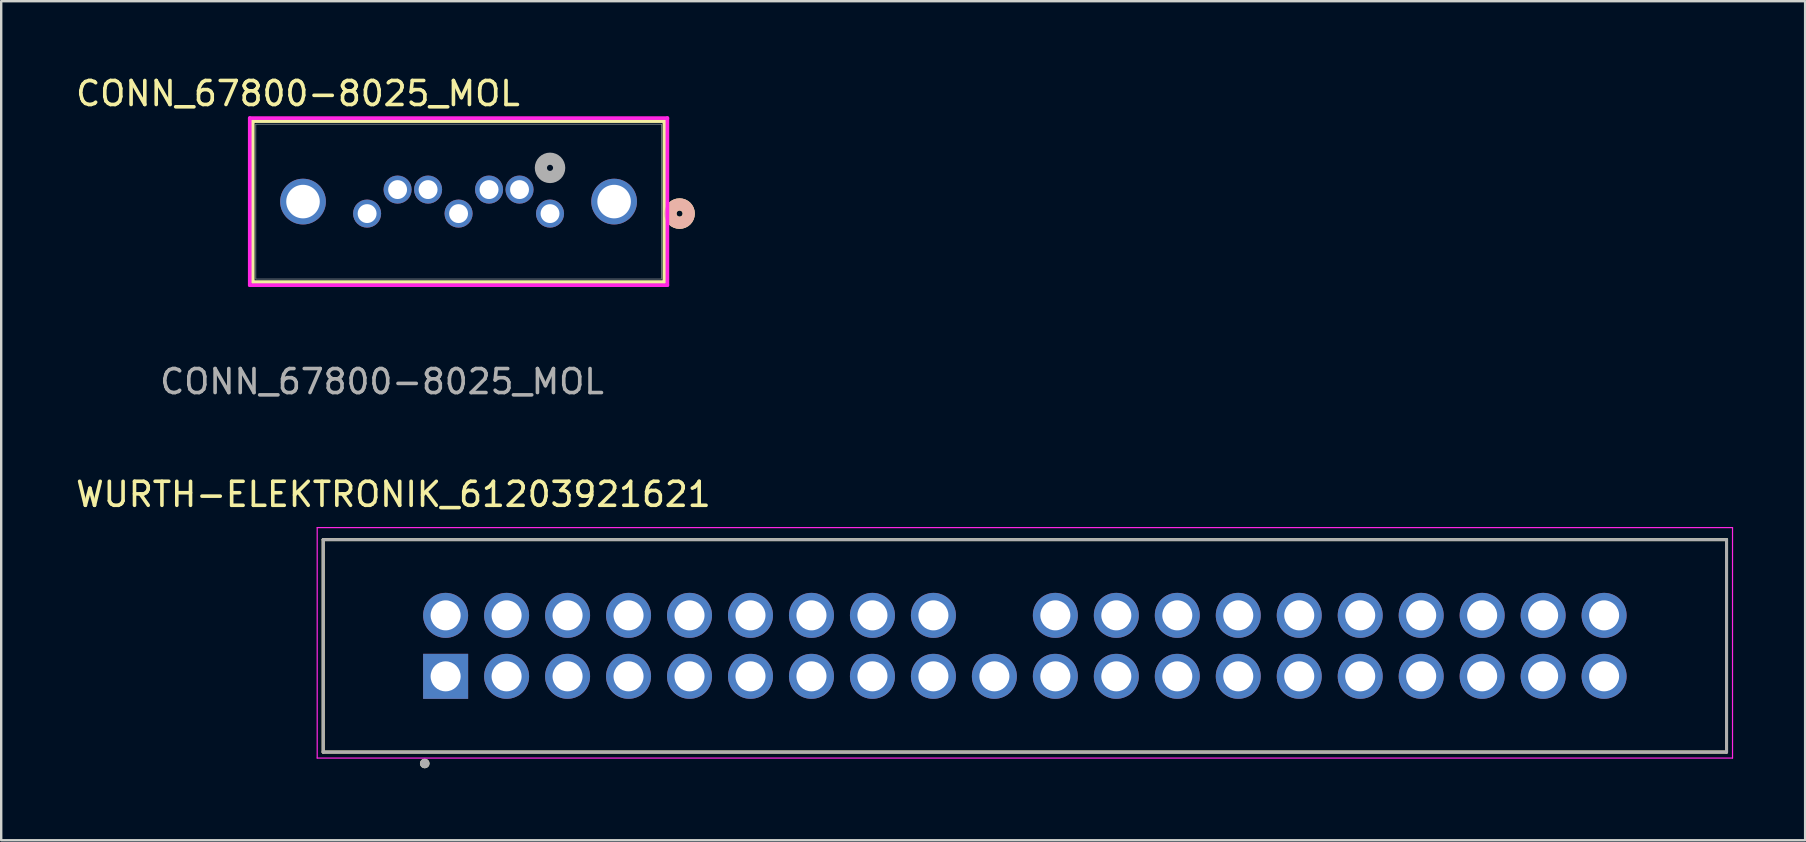
<source format=kicad_pcb>
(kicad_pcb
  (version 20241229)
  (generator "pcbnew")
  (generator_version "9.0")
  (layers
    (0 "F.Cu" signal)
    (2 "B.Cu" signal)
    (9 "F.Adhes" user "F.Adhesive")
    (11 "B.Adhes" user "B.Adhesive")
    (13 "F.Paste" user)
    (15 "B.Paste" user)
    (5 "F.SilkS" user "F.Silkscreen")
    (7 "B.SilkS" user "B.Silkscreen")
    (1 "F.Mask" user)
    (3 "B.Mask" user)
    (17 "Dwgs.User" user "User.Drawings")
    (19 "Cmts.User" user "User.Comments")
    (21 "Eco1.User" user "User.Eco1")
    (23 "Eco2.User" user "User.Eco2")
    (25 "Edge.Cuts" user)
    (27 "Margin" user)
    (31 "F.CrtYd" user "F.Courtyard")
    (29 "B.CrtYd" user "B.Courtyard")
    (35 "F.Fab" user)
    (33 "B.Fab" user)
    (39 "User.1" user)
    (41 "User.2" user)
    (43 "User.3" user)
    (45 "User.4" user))
  (footprint "WURTH-ELEKTRONIK_61203921621"
    (layer "F.Cu")
    (at 39.644 23.855)
    (property "Reference" "WURTH-ELEKTRONIK_61203921621" (at -26.305 -6.31 0) (layer "F.SilkS") (effects (font (size 1 1) (thickness 0.15))))
    (attr through_hole)
    (fp_line (start -29.23 -4.425) (end 29.23 -4.425) (stroke (width 0.127) (type solid)) (layer "F.SilkS"))
    (fp_line (start -29.23 4.425) (end -29.23 -4.425) (stroke (width 0.127) (type solid)) (layer "F.SilkS"))
    (fp_line (start 29.23 -4.425) (end 29.23 4.425) (stroke (width 0.127) (type solid)) (layer "F.SilkS"))
    (fp_line (start 29.23 4.425) (end -29.23 4.425) (stroke (width 0.127) (type solid)) (layer "F.SilkS"))
    (fp_circle (center -25 4.9) (end -24.9 4.9) (stroke (width 0.2) (type solid)) (fill no) (layer "F.SilkS"))
    (fp_line (start -29.48 -4.925) (end -29.48 4.675) (stroke (width 0.05) (type solid)) (layer "F.CrtYd"))
    (fp_line (start -29.48 4.675) (end 29.48 4.675) (stroke (width 0.05) (type solid)) (layer "F.CrtYd"))
    (fp_line (start 29.48 -4.925) (end -29.48 -4.925) (stroke (width 0.05) (type solid)) (layer "F.CrtYd"))
    (fp_line (start 29.48 4.675) (end 29.48 -4.925) (stroke (width 0.05) (type solid)) (layer "F.CrtYd"))
    (fp_line (start -29.23 -4.425) (end 29.23 -4.425) (stroke (width 0.127) (type solid)) (layer "F.Fab"))
    (fp_line (start -29.23 4.425) (end -29.23 -4.425) (stroke (width 0.127) (type solid)) (layer "F.Fab"))
    (fp_line (start 29.23 -4.425) (end 29.23 4.425) (stroke (width 0.127) (type solid)) (layer "F.Fab"))
    (fp_line (start 29.23 4.425) (end -29.23 4.425) (stroke (width 0.127) (type solid)) (layer "F.Fab"))
    (fp_circle (center -25 4.9) (end -24.9 4.9) (stroke (width 0.2) (type solid)) (fill no) (layer "F.Fab"))
    (pad "1" thru_hole rect (at -24.13 1.27) (size 1.875 1.875) (drill 1.25) (layers "*.Cu" "*.Mask"))
    (pad "2" thru_hole circle (at -24.13 -1.27) (size 1.875 1.875) (drill 1.25) (layers "*.Cu" "*.Mask"))
    (pad "3" thru_hole circle (at -21.59 1.27) (size 1.875 1.875) (drill 1.25) (layers "*.Cu" "*.Mask"))
    (pad "4" thru_hole circle (at -21.59 -1.27) (size 1.875 1.875) (drill 1.25) (layers "*.Cu" "*.Mask"))
    (pad "5" thru_hole circle (at -19.05 1.27) (size 1.875 1.875) (drill 1.25) (layers "*.Cu" "*.Mask"))
    (pad "6" thru_hole circle (at -19.05 -1.27) (size 1.875 1.875) (drill 1.25) (layers "*.Cu" "*.Mask"))
    (pad "7" thru_hole circle (at -16.51 1.27) (size 1.875 1.875) (drill 1.25) (layers "*.Cu" "*.Mask"))
    (pad "8" thru_hole circle (at -16.51 -1.27) (size 1.875 1.875) (drill 1.25) (layers "*.Cu" "*.Mask"))
    (pad "9" thru_hole circle (at -13.97 1.27) (size 1.875 1.875) (drill 1.25) (layers "*.Cu" "*.Mask"))
    (pad "10" thru_hole circle (at -13.97 -1.27) (size 1.875 1.875) (drill 1.25) (layers "*.Cu" "*.Mask"))
    (pad "11" thru_hole circle (at -11.43 1.27) (size 1.875 1.875) (drill 1.25) (layers "*.Cu" "*.Mask"))
    (pad "12" thru_hole circle (at -11.43 -1.27) (size 1.875 1.875) (drill 1.25) (layers "*.Cu" "*.Mask"))
    (pad "13" thru_hole circle (at -8.89 1.27) (size 1.875 1.875) (drill 1.25) (layers "*.Cu" "*.Mask"))
    (pad "14" thru_hole circle (at -8.89 -1.27) (size 1.875 1.875) (drill 1.25) (layers "*.Cu" "*.Mask"))
    (pad "15" thru_hole circle (at -6.35 1.27) (size 1.875 1.875) (drill 1.25) (layers "*.Cu" "*.Mask"))
    (pad "16" thru_hole circle (at -6.35 -1.27) (size 1.875 1.875) (drill 1.25) (layers "*.Cu" "*.Mask"))
    (pad "17" thru_hole circle (at -3.81 1.27) (size 1.875 1.875) (drill 1.25) (layers "*.Cu" "*.Mask"))
    (pad "18" thru_hole circle (at -3.81 -1.27) (size 1.875 1.875) (drill 1.25) (layers "*.Cu" "*.Mask"))
    (pad "19" thru_hole circle (at -1.27 1.27) (size 1.875 1.875) (drill 1.25) (layers "*.Cu" "*.Mask"))
    (pad "21" thru_hole circle (at 1.27 1.27) (size 1.875 1.875) (drill 1.25) (layers "*.Cu" "*.Mask"))
    (pad "22" thru_hole circle (at 1.27 -1.27) (size 1.875 1.875) (drill 1.25) (layers "*.Cu" "*.Mask"))
    (pad "23" thru_hole circle (at 3.81 1.27) (size 1.875 1.875) (drill 1.25) (layers "*.Cu" "*.Mask"))
    (pad "24" thru_hole circle (at 3.81 -1.27) (size 1.875 1.875) (drill 1.25) (layers "*.Cu" "*.Mask"))
    (pad "25" thru_hole circle (at 6.35 1.27) (size 1.875 1.875) (drill 1.25) (layers "*.Cu" "*.Mask"))
    (pad "26" thru_hole circle (at 6.35 -1.27) (size 1.875 1.875) (drill 1.25) (layers "*.Cu" "*.Mask"))
    (pad "27" thru_hole circle (at 8.89 1.27) (size 1.875 1.875) (drill 1.25) (layers "*.Cu" "*.Mask"))
    (pad "28" thru_hole circle (at 8.89 -1.27) (size 1.875 1.875) (drill 1.25) (layers "*.Cu" "*.Mask"))
    (pad "29" thru_hole circle (at 11.43 1.27) (size 1.875 1.875) (drill 1.25) (layers "*.Cu" "*.Mask"))
    (pad "30" thru_hole circle (at 11.43 -1.27) (size 1.875 1.875) (drill 1.25) (layers "*.Cu" "*.Mask"))
    (pad "31" thru_hole circle (at 13.97 1.27) (size 1.875 1.875) (drill 1.25) (layers "*.Cu" "*.Mask"))
    (pad "32" thru_hole circle (at 13.97 -1.27) (size 1.875 1.875) (drill 1.25) (layers "*.Cu" "*.Mask"))
    (pad "33" thru_hole circle (at 16.51 1.27) (size 1.875 1.875) (drill 1.25) (layers "*.Cu" "*.Mask"))
    (pad "34" thru_hole circle (at 16.51 -1.27) (size 1.875 1.875) (drill 1.25) (layers "*.Cu" "*.Mask"))
    (pad "35" thru_hole circle (at 19.05 1.27) (size 1.875 1.875) (drill 1.25) (layers "*.Cu" "*.Mask"))
    (pad "36" thru_hole circle (at 19.05 -1.27) (size 1.875 1.875) (drill 1.25) (layers "*.Cu" "*.Mask"))
    (pad "37" thru_hole circle (at 21.59 1.27) (size 1.875 1.875) (drill 1.25) (layers "*.Cu" "*.Mask"))
    (pad "38" thru_hole circle (at 21.59 -1.27) (size 1.875 1.875) (drill 1.25) (layers "*.Cu" "*.Mask"))
    (pad "39" thru_hole circle (at 24.13 1.27) (size 1.875 1.875) (drill 1.25) (layers "*.Cu" "*.Mask"))
    (pad "40" thru_hole circle (at 24.13 -1.27) (size 1.875 1.875) (drill 1.25) (layers "*.Cu" "*.Mask")))
  (footprint "CONN_67800-8025_MOL"
    (layer "F.Cu")
    (at 19.863 5.848)
    (property "Reference" "CONN_67800-8025_MOL" (at -10.5 -5 0) (unlocked yes) (layer "F.SilkS") (effects (font (size 1 1) (thickness 0.15))))
    (attr through_hole)
    (fp_line (start -12.383 -3.852) (end -12.383 2.854) (stroke (width 0.152) (type solid)) (layer "F.SilkS"))
    (fp_line (start -12.383 2.854) (end 4.763 2.854) (stroke (width 0.152) (type solid)) (layer "F.SilkS"))
    (fp_line (start 4.763 -3.852) (end -12.383 -3.852) (stroke (width 0.152) (type solid)) (layer "F.SilkS"))
    (fp_line (start 4.763 2.854) (end 4.763 -3.852) (stroke (width 0.152) (type solid)) (layer "F.SilkS"))
    (fp_circle (center 5.397 0) (end 5.779 0) (stroke (width 0.508) (type solid)) (fill no) (layer "F.SilkS"))
    (fp_circle (center 5.397 0) (end 5.779 0) (stroke (width 0.508) (type solid)) (fill no) (layer "B.SilkS"))
    (fp_line (start -12.509 -3.979) (end -12.509 2.981) (stroke (width 0.152) (type solid)) (layer "F.CrtYd"))
    (fp_line (start -12.509 2.981) (end 4.889 2.981) (stroke (width 0.152) (type solid)) (layer "F.CrtYd"))
    (fp_line (start 4.889 -3.979) (end -12.509 -3.979) (stroke (width 0.152) (type solid)) (layer "F.CrtYd"))
    (fp_line (start 4.889 2.981) (end 4.889 -3.979) (stroke (width 0.152) (type solid)) (layer "F.CrtYd"))
    (fp_line (start -12.255 -3.725) (end -12.255 2.727) (stroke (width 0.025) (type solid)) (layer "F.Fab"))
    (fp_line (start -12.255 2.727) (end 4.636 2.727) (stroke (width 0.025) (type solid)) (layer "F.Fab"))
    (fp_line (start 4.636 -3.725) (end -12.255 -3.725) (stroke (width 0.025) (type solid)) (layer "F.Fab"))
    (fp_line (start 4.636 2.727) (end 4.636 -3.725) (stroke (width 0.025) (type solid)) (layer "F.Fab"))
    (fp_circle (center 0 -1.905) (end 0.381 -1.905) (stroke (width 0.508) (type solid)) (fill no) (layer "F.Fab"))
    (fp_text user "${REFERENCE}" (at -7 7 0) (unlocked yes) (layer "F.Fab") (effects (font (size 1 1) (thickness 0.15))))
    (pad "1" thru_hole circle (at 0 0) (size 1.168 1.168) (drill 0.787) (layers "*.Cu" "*.Mask"))
    (pad "2" thru_hole circle (at -1.27 -1) (size 1.168 1.168) (drill 0.787) (layers "*.Cu" "*.Mask"))
    (pad "3" thru_hole circle (at -2.54 -1) (size 1.168 1.168) (drill 0.787) (layers "*.Cu" "*.Mask"))
    (pad "4" thru_hole circle (at -3.81 0) (size 1.168 1.168) (drill 0.787) (layers "*.Cu" "*.Mask"))
    (pad "5" thru_hole circle (at -5.08 -1) (size 1.168 1.168) (drill 0.787) (layers "*.Cu" "*.Mask"))
    (pad "6" thru_hole circle (at -6.35 -1) (size 1.168 1.168) (drill 0.787) (layers "*.Cu" "*.Mask"))
    (pad "7" thru_hole circle (at -7.62 0) (size 1.168 1.168) (drill 0.787) (layers "*.Cu" "*.Mask"))
    (pad "8" thru_hole circle (at -10.29 -0.5) (size 1.905 1.905) (drill 1.397) (layers "*.Cu" "*.Mask"))
    (pad "9" thru_hole circle (at 2.67 -0.5) (size 1.905 1.905) (drill 1.397) (layers "*.Cu" "*.Mask")))
  (gr_rect
    (start -3 -3)
    (end 72.149 31.955)
    (stroke (width 0.1) (type default))
    (fill no)
    (layer "Edge.Cuts")))
</source>
